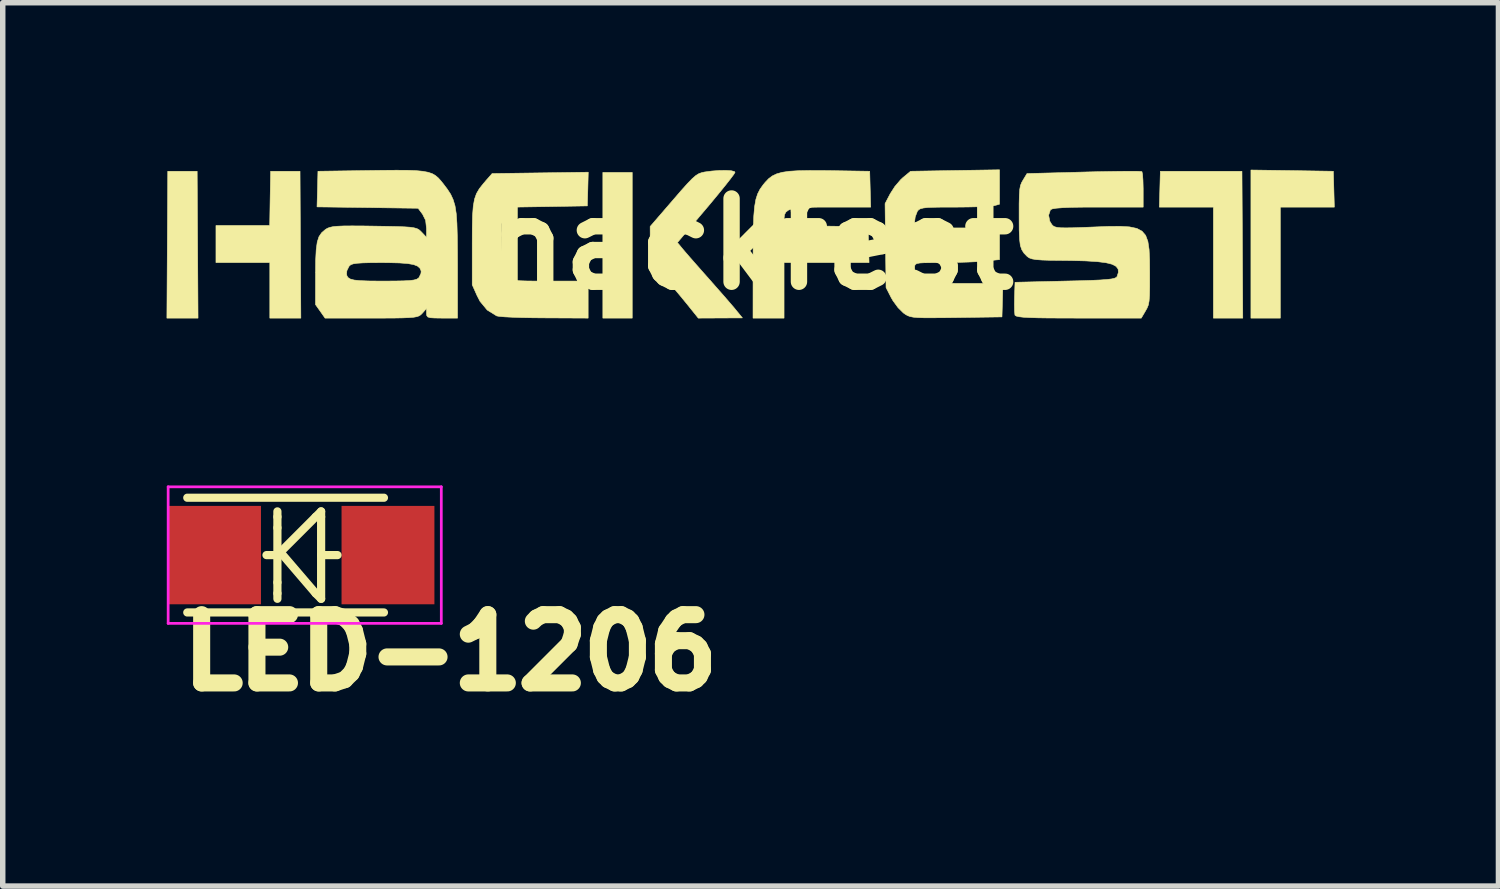
<source format=kicad_pcb>
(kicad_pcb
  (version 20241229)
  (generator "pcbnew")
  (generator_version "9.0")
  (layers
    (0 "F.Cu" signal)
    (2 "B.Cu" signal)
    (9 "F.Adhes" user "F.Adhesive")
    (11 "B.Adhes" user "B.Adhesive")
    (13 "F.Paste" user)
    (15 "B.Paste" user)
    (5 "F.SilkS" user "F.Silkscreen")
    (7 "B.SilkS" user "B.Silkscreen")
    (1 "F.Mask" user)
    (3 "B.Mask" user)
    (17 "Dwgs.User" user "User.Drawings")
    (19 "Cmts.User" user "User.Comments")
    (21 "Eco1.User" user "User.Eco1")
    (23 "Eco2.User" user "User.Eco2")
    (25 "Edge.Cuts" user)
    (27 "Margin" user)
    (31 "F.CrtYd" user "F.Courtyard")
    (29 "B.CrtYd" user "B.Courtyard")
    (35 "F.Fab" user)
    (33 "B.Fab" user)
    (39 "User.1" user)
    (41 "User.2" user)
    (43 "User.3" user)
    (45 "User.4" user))
  (footprint "hackfest"
    (layer "F.Cu")
    (at 10.704 1.418)
    (property "Reference" "hackfest" (at 0 0 0) (layer "F.SilkS") (effects (font (size 1.524 1.524) (thickness 0.3))))
    (attr through_hole)
    (fp_poly (pts (xy -2.181 1.355) (xy -2.719 1.355) (xy -2.719 -1.312) (xy -2.181 -1.312) (xy -2.181 1.355)) (stroke (width 0.01) (type solid)) (fill yes) (layer "F.SilkS"))
    (fp_poly (pts (xy -10.137 0.011) (xy -10.129 1.355) (xy -10.699 1.355) (xy -10.691 0.011) (xy -10.683 -1.333) (xy -10.145 -1.333) (xy -10.137 0.011)) (stroke (width 0.01) (type solid)) (fill yes) (layer "F.SilkS"))
    (fp_poly (pts (xy 8.988 0.011) (xy 8.995 1.355) (xy 8.457 1.355) (xy 8.457 -0.677) (xy 7.468 -0.677) (xy 7.477 -1.005) (xy 7.486 -1.333) (xy 8.98 -1.333) (xy 8.988 0.011)) (stroke (width 0.01) (type solid)) (fill yes) (layer "F.SilkS"))
    (fp_poly (pts (xy 9.899 -1.345) (xy 10.653 -1.333) (xy 10.662 -1.005) (xy 10.671 -0.677) (xy 9.682 -0.677) (xy 9.682 1.355) (xy 9.144 1.355) (xy 9.144 -1.356) (xy 9.899 -1.345)) (stroke (width 0.01) (type solid)) (fill yes) (layer "F.SilkS"))
    (fp_poly (pts (xy -8.255 0.011) (xy -8.247 1.355) (xy -8.815 1.355) (xy -8.815 0.339) (xy -9.801 0.339) (xy -9.801 -0.339) (xy -8.817 -0.339) (xy -8.809 -0.836) (xy -8.8 -1.333) (xy -8.262 -1.333) (xy -8.255 0.011)) (stroke (width 0.01) (type solid)) (fill yes) (layer "F.SilkS"))
    (fp_poly (pts (xy 1.318 -1.346) (xy 1.419 -1.345) (xy 2.166 -1.333) (xy 2.175 -1.005) (xy 2.184 -0.677) (xy 1.457 -0.677) (xy 1.207 -0.676) (xy 1.011 -0.672) (xy 0.862 -0.663) (xy 0.753 -0.647) (xy 0.679 -0.622) (xy 0.633 -0.587) (xy 0.608 -0.541) (xy 0.599 -0.48) (xy 0.598 -0.443) (xy 0.598 -0.34) (xy 1.367 -0.329) (xy 2.137 -0.318) (xy 2.145 0.011) (xy 2.154 0.339) (xy 0.598 0.339) (xy 0.598 1.355) (xy 0.03 1.355) (xy 0.031 0.349) (xy 0.032 -0.008) (xy 0.036 -0.293) (xy 0.044 -0.515) (xy 0.059 -0.686) (xy 0.082 -0.817) (xy 0.115 -0.92) (xy 0.159 -1.006) (xy 0.216 -1.086) (xy 0.256 -1.134) (xy 0.317 -1.198) (xy 0.384 -1.248) (xy 0.464 -1.286) (xy 0.564 -1.314) (xy 0.693 -1.333) (xy 0.856 -1.343) (xy 1.062 -1.347) (xy 1.318 -1.346)) (stroke (width 0.01) (type solid)) (fill yes) (layer "F.SilkS"))
    (fp_poly (pts (xy -0.37 -1.343) (xy -0.311 -1.328) (xy -0.299 -1.315) (xy -0.321 -1.277) (xy -0.383 -1.194) (xy -0.478 -1.073) (xy -0.599 -0.924) (xy -0.741 -0.752) (xy -0.826 -0.651) (xy -1.354 -0.028) (xy -1.264 0.081) (xy -1.21 0.145) (xy -1.12 0.249) (xy -1.003 0.382) (xy -0.87 0.533) (xy -0.789 0.624) (xy -0.649 0.783) (xy -0.515 0.935) (xy -0.4 1.068) (xy -0.314 1.168) (xy -0.284 1.205) (xy -0.164 1.351) (xy -0.568 1.353) (xy -0.972 1.355) (xy -1.185 1.09) (xy -1.314 0.933) (xy -1.462 0.758) (xy -1.601 0.598) (xy -1.624 0.572) (xy -1.851 0.318) (xy -1.853 -0.322) (xy -1.435 -0.806) (xy -1.284 -0.981) (xy -1.17 -1.108) (xy -1.084 -1.197) (xy -1.017 -1.255) (xy -0.96 -1.29) (xy -0.905 -1.309) (xy -0.86 -1.319) (xy -0.726 -1.337) (xy -0.591 -1.347) (xy -0.468 -1.349) (xy -0.37 -1.343)) (stroke (width 0.01) (type solid)) (fill yes) (layer "F.SilkS"))
    (fp_poly (pts (xy -2.994 -1.007) (xy -3.003 -0.699) (xy -3.695 -0.687) (xy -4.387 -0.676) (xy -4.482 -0.523) (xy -4.577 -0.369) (xy -4.567 0.052) (xy -4.562 0.246) (xy -4.554 0.375) (xy -4.54 0.458) (xy -4.517 0.515) (xy -4.48 0.566) (xy -4.473 0.575) (xy -4.445 0.608) (xy -4.416 0.632) (xy -4.378 0.65) (xy -4.323 0.663) (xy -4.243 0.671) (xy -4.13 0.675) (xy -3.975 0.677) (xy -3.772 0.677) (xy -3.689 0.677) (xy -2.988 0.677) (xy -2.988 1.355) (xy -3.788 1.351) (xy -4.004 1.349) (xy -4.204 1.345) (xy -4.378 1.339) (xy -4.519 1.332) (xy -4.617 1.323) (xy -4.662 1.315) (xy -4.836 1.207) (xy -4.968 1.047) (xy -5.022 0.942) (xy -5.11 0.745) (xy -5.11 -0.002) (xy -5.109 -0.298) (xy -5.104 -0.523) (xy -5.091 -0.693) (xy -5.068 -0.822) (xy -5.032 -0.925) (xy -4.979 -1.015) (xy -4.906 -1.107) (xy -4.861 -1.16) (xy -4.746 -1.291) (xy -2.986 -1.316) (xy -2.994 -1.007)) (stroke (width 0.01) (type solid)) (fill yes) (layer "F.SilkS"))
    (fp_poly (pts (xy 4.542 -0.73) (xy 4.449 -0.704) (xy 4.391 -0.696) (xy 4.285 -0.689) (xy 4.139 -0.683) (xy 3.965 -0.679) (xy 3.774 -0.677) (xy 3.721 -0.677) (xy 3.509 -0.677) (xy 3.349 -0.674) (xy 3.232 -0.67) (xy 3.151 -0.661) (xy 3.097 -0.648) (xy 3.064 -0.63) (xy 3.041 -0.605) (xy 3.038 -0.6) (xy 2.999 -0.498) (xy 2.988 -0.409) (xy 2.988 -0.296) (xy 4.542 -0.296) (xy 4.542 0.284) (xy 4.269 0.311) (xy 4.141 0.321) (xy 3.972 0.329) (xy 3.779 0.335) (xy 3.581 0.338) (xy 3.492 0.339) (xy 3.308 0.339) (xy 3.175 0.341) (xy 3.085 0.346) (xy 3.03 0.356) (xy 3.002 0.372) (xy 2.99 0.396) (xy 2.989 0.43) (xy 2.989 0.434) (xy 2.993 0.516) (xy 3.009 0.58) (xy 3.044 0.629) (xy 3.102 0.666) (xy 3.192 0.691) (xy 3.318 0.707) (xy 3.487 0.716) (xy 3.705 0.719) (xy 3.884 0.72) (xy 4.604 0.72) (xy 4.596 1.027) (xy 4.587 1.333) (xy 3.748 1.345) (xy 3.502 1.348) (xy 3.308 1.349) (xy 3.159 1.349) (xy 3.047 1.345) (xy 2.965 1.338) (xy 2.905 1.326) (xy 2.859 1.309) (xy 2.82 1.287) (xy 2.782 1.26) (xy 2.686 1.165) (xy 2.592 1.037) (xy 2.559 0.98) (xy 2.465 0.796) (xy 2.456 0.028) (xy 2.447 -0.741) (xy 2.541 -0.921) (xy 2.627 -1.055) (xy 2.733 -1.179) (xy 2.775 -1.218) (xy 2.914 -1.333) (xy 3.728 -1.347) (xy 4.542 -1.36) (xy 4.542 -0.73)) (stroke (width 0.01) (type solid)) (fill yes) (layer "F.SilkS"))
    (fp_poly (pts (xy 7.045 -1.333) (xy 7.124 -1.33) (xy 7.149 -1.327) (xy 7.16 -1.278) (xy 7.168 -1.167) (xy 7.172 -1.017) (xy 7.172 -0.992) (xy 7.172 -0.677) (xy 6.341 -0.677) (xy 6.073 -0.676) (xy 5.86 -0.673) (xy 5.698 -0.666) (xy 5.583 -0.657) (xy 5.51 -0.645) (xy 5.476 -0.629) (xy 5.474 -0.627) (xy 5.441 -0.528) (xy 5.462 -0.42) (xy 5.498 -0.36) (xy 5.521 -0.335) (xy 5.552 -0.317) (xy 5.598 -0.305) (xy 5.667 -0.298) (xy 5.767 -0.297) (xy 5.906 -0.299) (xy 6.092 -0.306) (xy 6.246 -0.312) (xy 6.524 -0.323) (xy 6.747 -0.325) (xy 6.922 -0.315) (xy 7.055 -0.287) (xy 7.151 -0.236) (xy 7.217 -0.159) (xy 7.258 -0.048) (xy 7.28 0.099) (xy 7.289 0.288) (xy 7.291 0.524) (xy 7.291 0.558) (xy 7.291 0.781) (xy 7.288 0.937) (xy 7.28 1.042) (xy 7.266 1.115) (xy 7.243 1.172) (xy 7.214 1.224) (xy 7.137 1.355) (xy 5.988 1.355) (xy 5.687 1.354) (xy 5.441 1.353) (xy 5.244 1.35) (xy 5.092 1.345) (xy 4.98 1.339) (xy 4.902 1.33) (xy 4.853 1.319) (xy 4.828 1.306) (xy 4.824 1.297) (xy 4.817 1.227) (xy 4.815 1.101) (xy 4.817 0.969) (xy 4.826 0.699) (xy 5.746 0.677) (xy 6.011 0.671) (xy 6.221 0.664) (xy 6.385 0.657) (xy 6.506 0.648) (xy 6.592 0.638) (xy 6.648 0.625) (xy 6.68 0.61) (xy 6.694 0.593) (xy 6.718 0.518) (xy 6.713 0.457) (xy 6.676 0.408) (xy 6.603 0.369) (xy 6.489 0.341) (xy 6.33 0.321) (xy 6.122 0.308) (xy 5.861 0.301) (xy 5.677 0.299) (xy 5.474 0.297) (xy 5.322 0.292) (xy 5.213 0.284) (xy 5.137 0.271) (xy 5.085 0.252) (xy 5.049 0.227) (xy 4.99 0.166) (xy 4.95 0.104) (xy 4.923 0.025) (xy 4.909 -0.089) (xy 4.902 -0.253) (xy 4.901 -0.483) (xy 4.901 -0.514) (xy 4.901 -0.738) (xy 4.905 -0.895) (xy 4.912 -1.001) (xy 4.926 -1.074) (xy 4.948 -1.129) (xy 4.973 -1.172) (xy 5.045 -1.291) (xy 6.086 -1.319) (xy 6.33 -1.325) (xy 6.555 -1.329) (xy 6.753 -1.332) (xy 6.919 -1.333) (xy 7.045 -1.333)) (stroke (width 0.01) (type solid)) (fill yes) (layer "F.SilkS"))
    (fp_poly (pts (xy -6.303 -1.351) (xy -6.143 -1.345) (xy -6.017 -1.333) (xy -5.92 -1.315) (xy -5.844 -1.29) (xy -5.783 -1.255) (xy -5.731 -1.211) (xy -5.682 -1.156) (xy -5.644 -1.109) (xy -5.566 -1.006) (xy -5.504 -0.911) (xy -5.459 -0.813) (xy -5.425 -0.7) (xy -5.403 -0.559) (xy -5.39 -0.378) (xy -5.383 -0.144) (xy -5.38 0.153) (xy -5.379 0.392) (xy -5.379 1.355) (xy -5.663 1.355) (xy -5.795 1.353) (xy -5.878 1.348) (xy -5.923 1.334) (xy -5.943 1.308) (xy -5.947 1.268) (xy -5.947 1.267) (xy -5.947 1.179) (xy -6.025 1.267) (xy -6.051 1.293) (xy -6.08 1.313) (xy -6.121 1.328) (xy -6.181 1.339) (xy -6.266 1.346) (xy -6.383 1.351) (xy -6.541 1.354) (xy -6.745 1.355) (xy -6.954 1.355) (xy -7.804 1.355) (xy -7.891 1.231) (xy -7.979 1.107) (xy -7.978 0.564) (xy -7.978 0.524) (xy -7.411 0.524) (xy -7.406 0.574) (xy -7.386 0.611) (xy -7.343 0.639) (xy -7.272 0.658) (xy -7.165 0.669) (xy -7.014 0.675) (xy -6.813 0.677) (xy -6.735 0.677) (xy -6.525 0.676) (xy -6.367 0.673) (xy -6.253 0.667) (xy -6.175 0.657) (xy -6.124 0.642) (xy -6.093 0.622) (xy -6.082 0.609) (xy -6.048 0.536) (xy -6.045 0.493) (xy -6.067 0.442) (xy -6.111 0.403) (xy -6.183 0.375) (xy -6.292 0.356) (xy -6.443 0.345) (xy -6.644 0.34) (xy -6.759 0.339) (xy -6.961 0.34) (xy -7.111 0.344) (xy -7.218 0.351) (xy -7.29 0.362) (xy -7.335 0.379) (xy -7.362 0.403) (xy -7.364 0.405) (xy -7.402 0.481) (xy -7.411 0.524) (xy -7.978 0.524) (xy -7.976 0.298) (xy -7.966 0.102) (xy -7.947 -0.037) (xy -7.915 -0.136) (xy -7.867 -0.207) (xy -7.8 -0.265) (xy -7.799 -0.266) (xy -7.762 -0.289) (xy -7.717 -0.306) (xy -7.657 -0.319) (xy -7.574 -0.327) (xy -7.46 -0.332) (xy -7.308 -0.333) (xy -7.11 -0.332) (xy -6.913 -0.329) (xy -6.676 -0.325) (xy -6.492 -0.321) (xy -6.352 -0.316) (xy -6.249 -0.309) (xy -6.176 -0.298) (xy -6.124 -0.284) (xy -6.087 -0.265) (xy -6.057 -0.239) (xy -6.039 -0.221) (xy -5.947 -0.124) (xy -5.947 -0.288) (xy -5.963 -0.435) (xy -6.02 -0.549) (xy -6.024 -0.554) (xy -6.101 -0.656) (xy -7.951 -0.681) (xy -7.942 -1.007) (xy -7.934 -1.333) (xy -7.052 -1.346) (xy -6.751 -1.35) (xy -6.504 -1.352) (xy -6.303 -1.351)) (stroke (width 0.01) (type solid)) (fill yes) (layer "F.SilkS")))
  (footprint "LED-1206"
    (layer "F.Cu")
    (at 2.528 7.111)
    (property "Reference" "LED-1206" (at 2.667 1.778 0) (layer "F.SilkS") (effects (font (size 1.25 1.25) (thickness 0.312))))
    (attr smd)
    (fp_line (start -2.15 -1.05) (end 1.45 -1.05) (stroke (width 0.15) (type solid)) (layer "F.SilkS"))
    (fp_line (start -2.15 1.05) (end 1.45 1.05) (stroke (width 0.15) (type solid)) (layer "F.SilkS"))
    (fp_line (start -0.7 0) (end -0.5 0) (stroke (width 0.15) (type solid)) (layer "F.SilkS"))
    (fp_line (start -0.5 -0.7) (end -0.5 -0.8) (stroke (width 0.15) (type solid)) (layer "F.SilkS"))
    (fp_line (start -0.5 -0.5) (end -0.5 -0.7) (stroke (width 0.15) (type solid)) (layer "F.SilkS"))
    (fp_line (start -0.5 -0.5) (end -0.5 0.5) (stroke (width 0.15) (type solid)) (layer "F.SilkS"))
    (fp_line (start -0.5 0.5) (end -0.5 0.7) (stroke (width 0.15) (type solid)) (layer "F.SilkS"))
    (fp_line (start -0.5 0.7) (end -0.5 0.8) (stroke (width 0.15) (type solid)) (layer "F.SilkS"))
    (fp_line (start -0.4 0) (end 0.2 0.7) (stroke (width 0.15) (type solid)) (layer "F.SilkS"))
    (fp_line (start 0.2 -0.7) (end -0.4 -0.1) (stroke (width 0.15) (type solid)) (layer "F.SilkS"))
    (fp_line (start 0.2 -0.7) (end 0.3 -0.8) (stroke (width 0.15) (type solid)) (layer "F.SilkS"))
    (fp_line (start 0.2 0.7) (end 0.3 0.8) (stroke (width 0.15) (type solid)) (layer "F.SilkS"))
    (fp_line (start 0.3 -0.7) (end 0.3 -0.8) (stroke (width 0.15) (type solid)) (layer "F.SilkS"))
    (fp_line (start 0.3 0) (end 0.6 0) (stroke (width 0.15) (type solid)) (layer "F.SilkS"))
    (fp_line (start 0.3 0.8) (end 0.3 -0.7) (stroke (width 0.15) (type solid)) (layer "F.SilkS"))
    (fp_line (start -2.5 -1.25) (end -2.5 1.25) (stroke (width 0.05) (type solid)) (layer "F.CrtYd"))
    (fp_line (start -2.5 1.25) (end 2.5 1.25) (stroke (width 0.05) (type solid)) (layer "F.CrtYd"))
    (fp_line (start 2.5 -1.25) (end -2.5 -1.25) (stroke (width 0.05) (type solid)) (layer "F.CrtYd"))
    (fp_line (start 2.5 1.25) (end 2.5 -1.25) (stroke (width 0.05) (type solid)) (layer "F.CrtYd"))
    (pad "1" smd rect (at -1.651 0 180) (size 1.7 1.801) (layers "F.Cu" "F.Mask" "F.Paste"))
    (pad "2" smd rect (at 1.524 0 180) (size 1.7 1.801) (layers "F.Cu" "F.Mask" "F.Paste")))
  (gr_rect
    (start -3 -3)
    (end 24.379 13.169)
    (stroke (width 0.1) (type default))
    (fill no)
    (layer "Edge.Cuts")))
</source>
